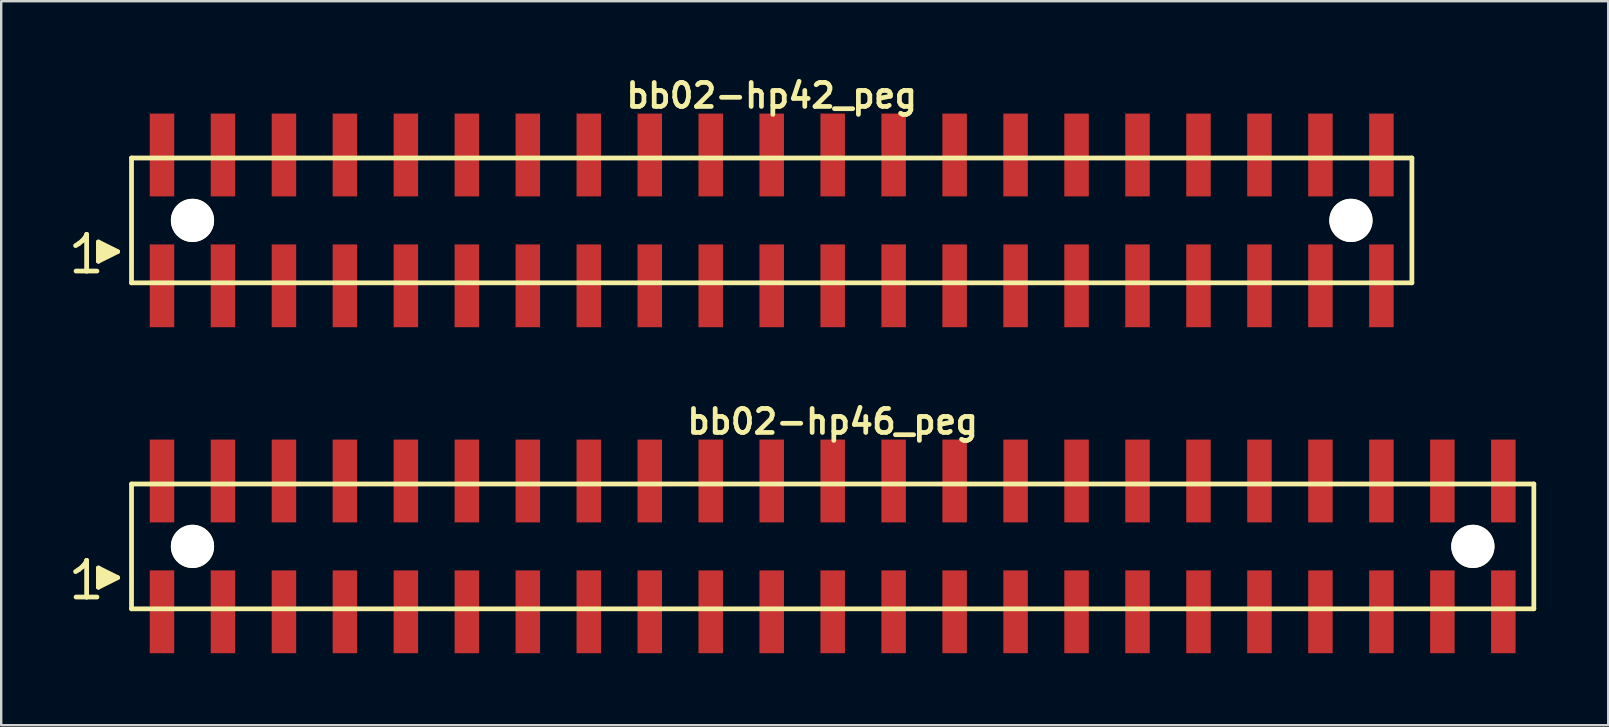
<source format=kicad_pcb>
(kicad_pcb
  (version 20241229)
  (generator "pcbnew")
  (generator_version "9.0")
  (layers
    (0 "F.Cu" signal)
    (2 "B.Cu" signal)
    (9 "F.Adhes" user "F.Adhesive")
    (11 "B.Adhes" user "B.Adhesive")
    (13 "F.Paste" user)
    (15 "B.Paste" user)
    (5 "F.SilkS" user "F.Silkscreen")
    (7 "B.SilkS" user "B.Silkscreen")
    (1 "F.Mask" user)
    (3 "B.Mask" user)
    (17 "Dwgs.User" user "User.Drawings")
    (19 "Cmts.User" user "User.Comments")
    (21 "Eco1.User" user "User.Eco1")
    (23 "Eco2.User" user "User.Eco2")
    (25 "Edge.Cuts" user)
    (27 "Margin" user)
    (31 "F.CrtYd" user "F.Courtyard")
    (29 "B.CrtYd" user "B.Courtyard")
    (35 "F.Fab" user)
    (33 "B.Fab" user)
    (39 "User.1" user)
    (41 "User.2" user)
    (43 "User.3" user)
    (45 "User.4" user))
  (footprint "bb02-hp46_peg"
    (layer "F.Cu")
    (at 31.639 19.713)
    (property "Reference" "bb02-hp46_peg" (at 0 -5.2 0) (layer "F.SilkS") (effects (font (size 0.998 0.998) (thickness 0.198))))
    (attr smd)
    (fp_line (start -31.54 1.05) (end -31.41 0.97) (stroke (width 0.198) (type solid)) (layer "F.SilkS"))
    (fp_line (start -31.41 0.97) (end -31.25 0.84) (stroke (width 0.198) (type solid)) (layer "F.SilkS"))
    (fp_line (start -31.25 0.84) (end -31.11 0.67) (stroke (width 0.198) (type solid)) (layer "F.SilkS"))
    (fp_line (start -31.11 0.67) (end -31.08 0.58) (stroke (width 0.198) (type solid)) (layer "F.SilkS"))
    (fp_line (start -31.08 0.58) (end -31.08 2.11) (stroke (width 0.198) (type solid)) (layer "F.SilkS"))
    (fp_line (start -31.08 2.11) (end -31.52 2.11) (stroke (width 0.198) (type solid)) (layer "F.SilkS"))
    (fp_line (start -30.65 2.11) (end -31.09 2.11) (stroke (width 0.198) (type solid)) (layer "F.SilkS"))
    (fp_line (start -30.59 0.9) (end -29.79 1.3) (stroke (width 0.198) (type solid)) (layer "F.SilkS"))
    (fp_line (start -30.59 1.7) (end -30.59 0.9) (stroke (width 0.198) (type solid)) (layer "F.SilkS"))
    (fp_line (start -30.49 1.6) (end -30.49 1) (stroke (width 0.198) (type solid)) (layer "F.SilkS"))
    (fp_line (start -30.39 1.1) (end -30.39 1.5) (stroke (width 0.198) (type solid)) (layer "F.SilkS"))
    (fp_line (start -30.29 1.5) (end -30.29 1.1) (stroke (width 0.198) (type solid)) (layer "F.SilkS"))
    (fp_line (start -30.19 1.2) (end -30.19 1.4) (stroke (width 0.198) (type solid)) (layer "F.SilkS"))
    (fp_line (start -30.09 1.4) (end -30.09 1.2) (stroke (width 0.198) (type solid)) (layer "F.SilkS"))
    (fp_line (start -29.79 1.3) (end -30.59 1.7) (stroke (width 0.198) (type solid)) (layer "F.SilkS"))
    (fp_line (start -29.21 -2.6) (end -29.21 2.6) (stroke (width 0.198) (type solid)) (layer "F.SilkS"))
    (fp_line (start -29.21 -2.6) (end 29.21 -2.6) (stroke (width 0.198) (type solid)) (layer "F.SilkS"))
    (fp_line (start 29.21 2.6) (end -29.21 2.6) (stroke (width 0.198) (type solid)) (layer "F.SilkS"))
    (fp_line (start 29.21 2.6) (end 29.21 -2.6) (stroke (width 0.198) (type solid)) (layer "F.SilkS"))
    (pad "" np_thru_hole circle (at -26.67 0) (size 1.8 1.8) (drill 1.8) (layers "*.Cu" "*.Mask" "F.SilkS"))
    (pad "" np_thru_hole circle (at 26.67 0) (size 1.8 1.8) (drill 1.8) (layers "*.Cu" "*.Mask" "F.SilkS"))
    (pad "1" smd rect (at -27.94 2.725) (size 1.02 3.45) (layers "F.Cu" "F.Mask" "F.Paste"))
    (pad "2" smd rect (at -27.94 -2.725) (size 1.02 3.45) (layers "F.Cu" "F.Mask" "F.Paste"))
    (pad "3" smd rect (at -25.4 2.725) (size 1.02 3.45) (layers "F.Cu" "F.Mask" "F.Paste"))
    (pad "4" smd rect (at -25.4 -2.725) (size 1.02 3.45) (layers "F.Cu" "F.Mask" "F.Paste"))
    (pad "5" smd rect (at -22.86 2.725) (size 1.02 3.45) (layers "F.Cu" "F.Mask" "F.Paste"))
    (pad "6" smd rect (at -22.86 -2.725) (size 1.02 3.45) (layers "F.Cu" "F.Mask" "F.Paste"))
    (pad "7" smd rect (at -20.32 2.725) (size 1.02 3.45) (layers "F.Cu" "F.Mask" "F.Paste"))
    (pad "8" smd rect (at -20.32 -2.725) (size 1.02 3.45) (layers "F.Cu" "F.Mask" "F.Paste"))
    (pad "9" smd rect (at -17.78 2.725) (size 1.02 3.45) (layers "F.Cu" "F.Mask" "F.Paste"))
    (pad "10" smd rect (at -17.78 -2.725) (size 1.02 3.45) (layers "F.Cu" "F.Mask" "F.Paste"))
    (pad "11" smd rect (at -15.24 2.725) (size 1.02 3.45) (layers "F.Cu" "F.Mask" "F.Paste"))
    (pad "12" smd rect (at -15.24 -2.725) (size 1.02 3.45) (layers "F.Cu" "F.Mask" "F.Paste"))
    (pad "13" smd rect (at -12.7 2.725) (size 1.02 3.45) (layers "F.Cu" "F.Mask" "F.Paste"))
    (pad "14" smd rect (at -12.7 -2.725) (size 1.02 3.45) (layers "F.Cu" "F.Mask" "F.Paste"))
    (pad "15" smd rect (at -10.16 2.725) (size 1.02 3.45) (layers "F.Cu" "F.Mask" "F.Paste"))
    (pad "16" smd rect (at -10.16 -2.725) (size 1.02 3.45) (layers "F.Cu" "F.Mask" "F.Paste"))
    (pad "17" smd rect (at -7.62 2.725) (size 1.02 3.45) (layers "F.Cu" "F.Mask" "F.Paste"))
    (pad "18" smd rect (at -7.62 -2.725) (size 1.02 3.45) (layers "F.Cu" "F.Mask" "F.Paste"))
    (pad "19" smd rect (at -5.08 2.725) (size 1.02 3.45) (layers "F.Cu" "F.Mask" "F.Paste"))
    (pad "20" smd rect (at -5.08 -2.725) (size 1.02 3.45) (layers "F.Cu" "F.Mask" "F.Paste"))
    (pad "21" smd rect (at -2.54 2.725) (size 1.02 3.45) (layers "F.Cu" "F.Mask" "F.Paste"))
    (pad "22" smd rect (at -2.54 -2.725) (size 1.02 3.45) (layers "F.Cu" "F.Mask" "F.Paste"))
    (pad "23" smd rect (at 0 2.725) (size 1.02 3.45) (layers "F.Cu" "F.Mask" "F.Paste"))
    (pad "24" smd rect (at 0 -2.725) (size 1.02 3.45) (layers "F.Cu" "F.Mask" "F.Paste"))
    (pad "25" smd rect (at 2.54 2.725) (size 1.02 3.45) (layers "F.Cu" "F.Mask" "F.Paste"))
    (pad "26" smd rect (at 2.54 -2.725) (size 1.02 3.45) (layers "F.Cu" "F.Mask" "F.Paste"))
    (pad "27" smd rect (at 5.08 2.725) (size 1.02 3.45) (layers "F.Cu" "F.Mask" "F.Paste"))
    (pad "28" smd rect (at 5.08 -2.725) (size 1.02 3.45) (layers "F.Cu" "F.Mask" "F.Paste"))
    (pad "29" smd rect (at 7.62 2.725) (size 1.02 3.45) (layers "F.Cu" "F.Mask" "F.Paste"))
    (pad "30" smd rect (at 7.62 -2.725) (size 1.02 3.45) (layers "F.Cu" "F.Mask" "F.Paste"))
    (pad "31" smd rect (at 10.16 2.725) (size 1.02 3.45) (layers "F.Cu" "F.Mask" "F.Paste"))
    (pad "32" smd rect (at 10.16 -2.725) (size 1.02 3.45) (layers "F.Cu" "F.Mask" "F.Paste"))
    (pad "33" smd rect (at 12.7 2.725) (size 1.02 3.45) (layers "F.Cu" "F.Mask" "F.Paste"))
    (pad "34" smd rect (at 12.7 -2.725) (size 1.02 3.45) (layers "F.Cu" "F.Mask" "F.Paste"))
    (pad "35" smd rect (at 15.24 2.725) (size 1.02 3.45) (layers "F.Cu" "F.Mask" "F.Paste"))
    (pad "36" smd rect (at 15.24 -2.725) (size 1.02 3.45) (layers "F.Cu" "F.Mask" "F.Paste"))
    (pad "37" smd rect (at 17.78 2.725) (size 1.02 3.45) (layers "F.Cu" "F.Mask" "F.Paste"))
    (pad "38" smd rect (at 17.78 -2.725) (size 1.02 3.45) (layers "F.Cu" "F.Mask" "F.Paste"))
    (pad "39" smd rect (at 20.32 2.725) (size 1.02 3.45) (layers "F.Cu" "F.Mask" "F.Paste"))
    (pad "40" smd rect (at 20.32 -2.725) (size 1.02 3.45) (layers "F.Cu" "F.Mask" "F.Paste"))
    (pad "41" smd rect (at 22.86 2.725) (size 1.02 3.45) (layers "F.Cu" "F.Mask" "F.Paste"))
    (pad "42" smd rect (at 22.86 -2.725) (size 1.02 3.45) (layers "F.Cu" "F.Mask" "F.Paste"))
    (pad "43" smd rect (at 25.4 2.725) (size 1.02 3.45) (layers "F.Cu" "F.Mask" "F.Paste"))
    (pad "44" smd rect (at 25.4 -2.725) (size 1.02 3.45) (layers "F.Cu" "F.Mask" "F.Paste"))
    (pad "45" smd rect (at 27.94 2.725) (size 1.02 3.45) (layers "F.Cu" "F.Mask" "F.Paste"))
    (pad "46" smd rect (at 27.94 -2.725) (size 1.02 3.45) (layers "F.Cu" "F.Mask" "F.Paste")))
  (footprint "bb02-hp42_peg"
    (layer "F.Cu")
    (at 29.099 6.132)
    (property "Reference" "bb02-hp42_peg" (at 0 -5.2 0) (layer "F.SilkS") (effects (font (size 0.998 0.998) (thickness 0.198))))
    (attr smd)
    (fp_line (start -29 1.05) (end -28.87 0.97) (stroke (width 0.198) (type solid)) (layer "F.SilkS"))
    (fp_line (start -28.87 0.97) (end -28.71 0.84) (stroke (width 0.198) (type solid)) (layer "F.SilkS"))
    (fp_line (start -28.71 0.84) (end -28.57 0.67) (stroke (width 0.198) (type solid)) (layer "F.SilkS"))
    (fp_line (start -28.57 0.67) (end -28.54 0.58) (stroke (width 0.198) (type solid)) (layer "F.SilkS"))
    (fp_line (start -28.54 0.58) (end -28.54 2.11) (stroke (width 0.198) (type solid)) (layer "F.SilkS"))
    (fp_line (start -28.54 2.11) (end -28.98 2.11) (stroke (width 0.198) (type solid)) (layer "F.SilkS"))
    (fp_line (start -28.11 2.11) (end -28.55 2.11) (stroke (width 0.198) (type solid)) (layer "F.SilkS"))
    (fp_line (start -28.05 0.9) (end -27.25 1.3) (stroke (width 0.198) (type solid)) (layer "F.SilkS"))
    (fp_line (start -28.05 1.7) (end -28.05 0.9) (stroke (width 0.198) (type solid)) (layer "F.SilkS"))
    (fp_line (start -27.95 1.6) (end -27.95 1) (stroke (width 0.198) (type solid)) (layer "F.SilkS"))
    (fp_line (start -27.85 1.1) (end -27.85 1.5) (stroke (width 0.198) (type solid)) (layer "F.SilkS"))
    (fp_line (start -27.75 1.5) (end -27.75 1.1) (stroke (width 0.198) (type solid)) (layer "F.SilkS"))
    (fp_line (start -27.65 1.2) (end -27.65 1.4) (stroke (width 0.198) (type solid)) (layer "F.SilkS"))
    (fp_line (start -27.55 1.4) (end -27.55 1.2) (stroke (width 0.198) (type solid)) (layer "F.SilkS"))
    (fp_line (start -27.25 1.3) (end -28.05 1.7) (stroke (width 0.198) (type solid)) (layer "F.SilkS"))
    (fp_line (start -26.67 -2.6) (end -26.67 2.6) (stroke (width 0.198) (type solid)) (layer "F.SilkS"))
    (fp_line (start -26.67 -2.6) (end 26.67 -2.6) (stroke (width 0.198) (type solid)) (layer "F.SilkS"))
    (fp_line (start 26.67 2.6) (end -26.67 2.6) (stroke (width 0.198) (type solid)) (layer "F.SilkS"))
    (fp_line (start 26.67 2.6) (end 26.67 -2.6) (stroke (width 0.198) (type solid)) (layer "F.SilkS"))
    (pad "" np_thru_hole circle (at -24.13 0) (size 1.8 1.8) (drill 1.8) (layers "*.Cu" "*.Mask" "F.SilkS"))
    (pad "" np_thru_hole circle (at 24.13 0) (size 1.8 1.8) (drill 1.8) (layers "*.Cu" "*.Mask" "F.SilkS"))
    (pad "1" smd rect (at -25.4 2.725) (size 1.02 3.45) (layers "F.Cu" "F.Mask" "F.Paste"))
    (pad "2" smd rect (at -25.4 -2.725) (size 1.02 3.45) (layers "F.Cu" "F.Mask" "F.Paste"))
    (pad "3" smd rect (at -22.86 2.725) (size 1.02 3.45) (layers "F.Cu" "F.Mask" "F.Paste"))
    (pad "4" smd rect (at -22.86 -2.725) (size 1.02 3.45) (layers "F.Cu" "F.Mask" "F.Paste"))
    (pad "5" smd rect (at -20.32 2.725) (size 1.02 3.45) (layers "F.Cu" "F.Mask" "F.Paste"))
    (pad "6" smd rect (at -20.32 -2.725) (size 1.02 3.45) (layers "F.Cu" "F.Mask" "F.Paste"))
    (pad "7" smd rect (at -17.78 2.725) (size 1.02 3.45) (layers "F.Cu" "F.Mask" "F.Paste"))
    (pad "8" smd rect (at -17.78 -2.725) (size 1.02 3.45) (layers "F.Cu" "F.Mask" "F.Paste"))
    (pad "9" smd rect (at -15.24 2.725) (size 1.02 3.45) (layers "F.Cu" "F.Mask" "F.Paste"))
    (pad "10" smd rect (at -15.24 -2.725) (size 1.02 3.45) (layers "F.Cu" "F.Mask" "F.Paste"))
    (pad "11" smd rect (at -12.7 2.725) (size 1.02 3.45) (layers "F.Cu" "F.Mask" "F.Paste"))
    (pad "12" smd rect (at -12.7 -2.725) (size 1.02 3.45) (layers "F.Cu" "F.Mask" "F.Paste"))
    (pad "13" smd rect (at -10.16 2.725) (size 1.02 3.45) (layers "F.Cu" "F.Mask" "F.Paste"))
    (pad "14" smd rect (at -10.16 -2.725) (size 1.02 3.45) (layers "F.Cu" "F.Mask" "F.Paste"))
    (pad "15" smd rect (at -7.62 2.725) (size 1.02 3.45) (layers "F.Cu" "F.Mask" "F.Paste"))
    (pad "16" smd rect (at -7.62 -2.725) (size 1.02 3.45) (layers "F.Cu" "F.Mask" "F.Paste"))
    (pad "17" smd rect (at -5.08 2.725) (size 1.02 3.45) (layers "F.Cu" "F.Mask" "F.Paste"))
    (pad "18" smd rect (at -5.08 -2.725) (size 1.02 3.45) (layers "F.Cu" "F.Mask" "F.Paste"))
    (pad "19" smd rect (at -2.54 2.725) (size 1.02 3.45) (layers "F.Cu" "F.Mask" "F.Paste"))
    (pad "20" smd rect (at -2.54 -2.725) (size 1.02 3.45) (layers "F.Cu" "F.Mask" "F.Paste"))
    (pad "21" smd rect (at 0 2.725) (size 1.02 3.45) (layers "F.Cu" "F.Mask" "F.Paste"))
    (pad "22" smd rect (at 0 -2.725) (size 1.02 3.45) (layers "F.Cu" "F.Mask" "F.Paste"))
    (pad "23" smd rect (at 2.54 2.725) (size 1.02 3.45) (layers "F.Cu" "F.Mask" "F.Paste"))
    (pad "24" smd rect (at 2.54 -2.725) (size 1.02 3.45) (layers "F.Cu" "F.Mask" "F.Paste"))
    (pad "25" smd rect (at 5.08 2.725) (size 1.02 3.45) (layers "F.Cu" "F.Mask" "F.Paste"))
    (pad "26" smd rect (at 5.08 -2.725) (size 1.02 3.45) (layers "F.Cu" "F.Mask" "F.Paste"))
    (pad "27" smd rect (at 7.62 2.725) (size 1.02 3.45) (layers "F.Cu" "F.Mask" "F.Paste"))
    (pad "28" smd rect (at 7.62 -2.725) (size 1.02 3.45) (layers "F.Cu" "F.Mask" "F.Paste"))
    (pad "29" smd rect (at 10.16 2.725) (size 1.02 3.45) (layers "F.Cu" "F.Mask" "F.Paste"))
    (pad "30" smd rect (at 10.16 -2.725) (size 1.02 3.45) (layers "F.Cu" "F.Mask" "F.Paste"))
    (pad "31" smd rect (at 12.7 2.725) (size 1.02 3.45) (layers "F.Cu" "F.Mask" "F.Paste"))
    (pad "32" smd rect (at 12.7 -2.725) (size 1.02 3.45) (layers "F.Cu" "F.Mask" "F.Paste"))
    (pad "33" smd rect (at 15.24 2.725) (size 1.02 3.45) (layers "F.Cu" "F.Mask" "F.Paste"))
    (pad "34" smd rect (at 15.24 -2.725) (size 1.02 3.45) (layers "F.Cu" "F.Mask" "F.Paste"))
    (pad "35" smd rect (at 17.78 2.725) (size 1.02 3.45) (layers "F.Cu" "F.Mask" "F.Paste"))
    (pad "36" smd rect (at 17.78 -2.725) (size 1.02 3.45) (layers "F.Cu" "F.Mask" "F.Paste"))
    (pad "37" smd rect (at 20.32 2.725) (size 1.02 3.45) (layers "F.Cu" "F.Mask" "F.Paste"))
    (pad "38" smd rect (at 20.32 -2.725) (size 1.02 3.45) (layers "F.Cu" "F.Mask" "F.Paste"))
    (pad "39" smd rect (at 22.86 2.725) (size 1.02 3.45) (layers "F.Cu" "F.Mask" "F.Paste"))
    (pad "40" smd rect (at 22.86 -2.725) (size 1.02 3.45) (layers "F.Cu" "F.Mask" "F.Paste"))
    (pad "41" smd rect (at 25.4 2.725) (size 1.02 3.45) (layers "F.Cu" "F.Mask" "F.Paste"))
    (pad "42" smd rect (at 25.4 -2.725) (size 1.02 3.45) (layers "F.Cu" "F.Mask" "F.Paste")))
  (gr_rect
    (start -3 -3)
    (end 63.948 27.163)
    (stroke (width 0.1) (type default))
    (fill no)
    (layer "Edge.Cuts")))
</source>
